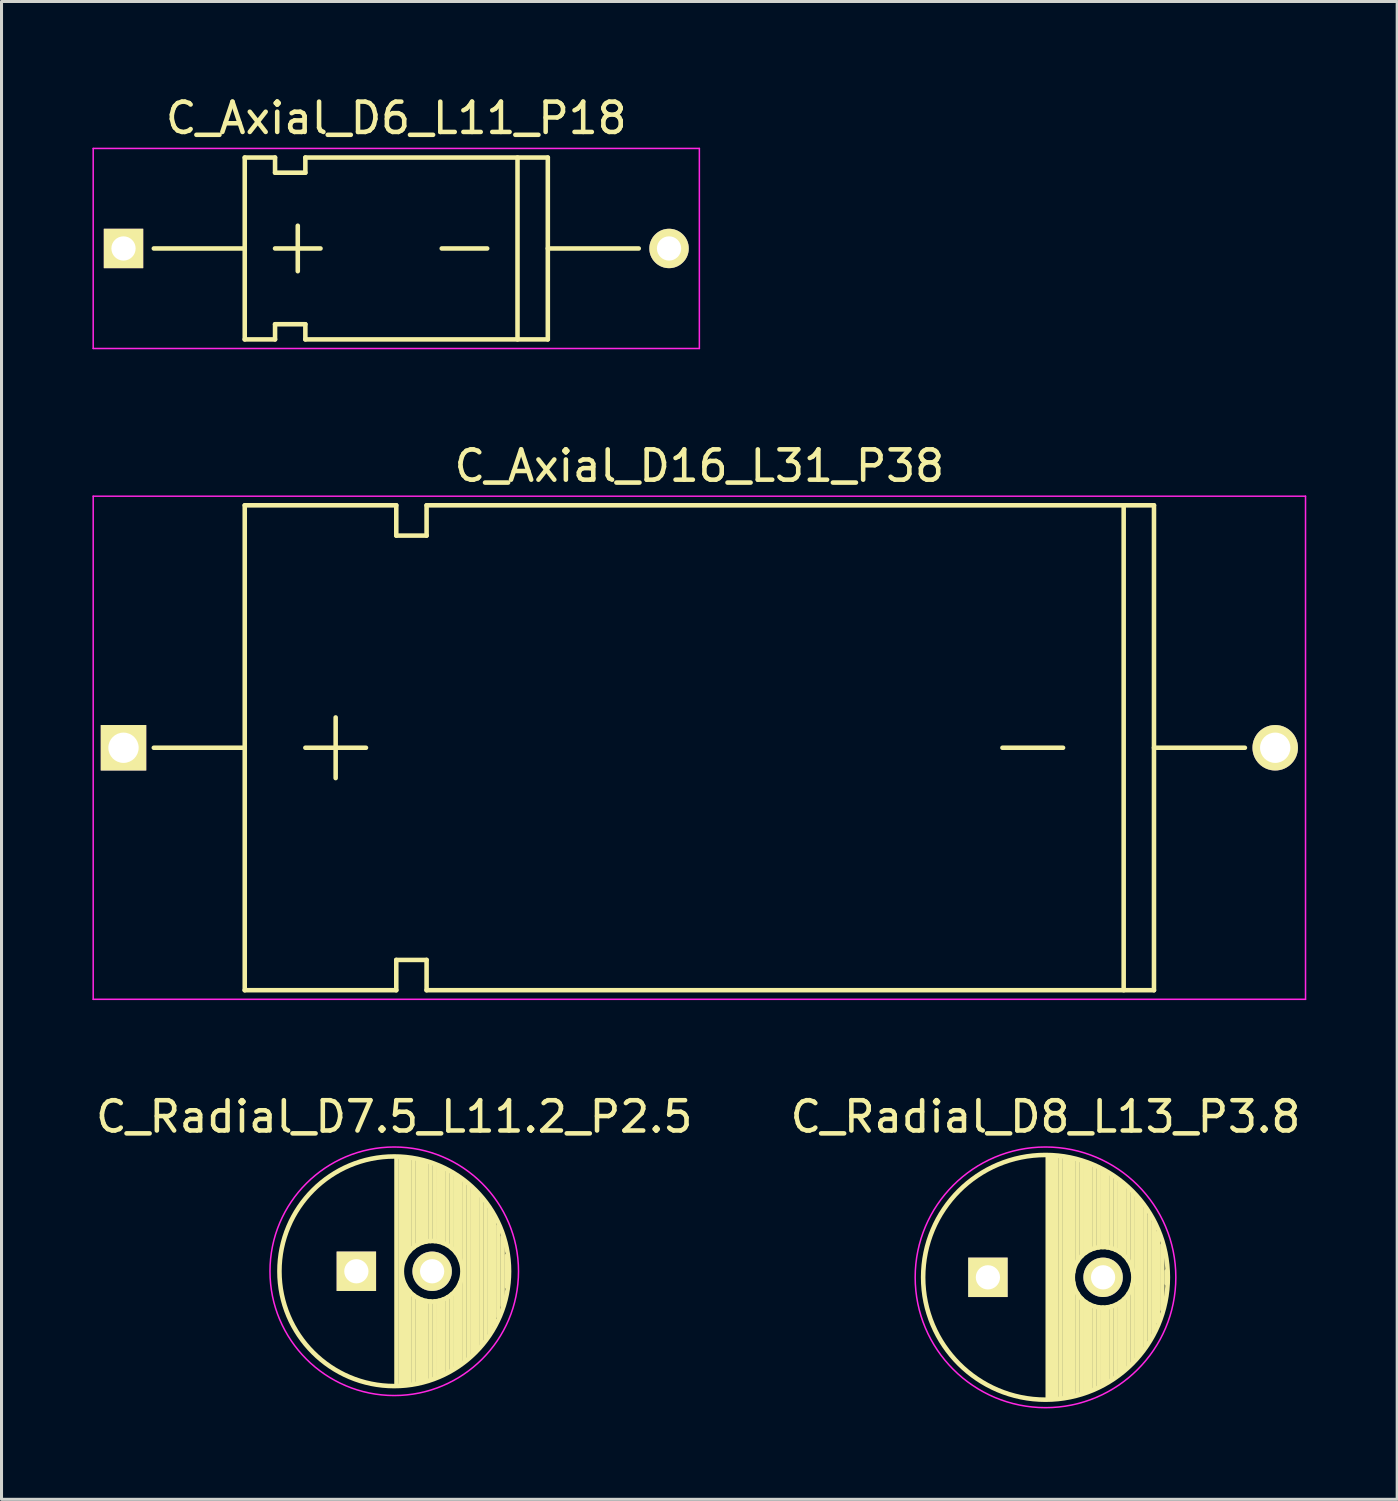
<source format=kicad_pcb>
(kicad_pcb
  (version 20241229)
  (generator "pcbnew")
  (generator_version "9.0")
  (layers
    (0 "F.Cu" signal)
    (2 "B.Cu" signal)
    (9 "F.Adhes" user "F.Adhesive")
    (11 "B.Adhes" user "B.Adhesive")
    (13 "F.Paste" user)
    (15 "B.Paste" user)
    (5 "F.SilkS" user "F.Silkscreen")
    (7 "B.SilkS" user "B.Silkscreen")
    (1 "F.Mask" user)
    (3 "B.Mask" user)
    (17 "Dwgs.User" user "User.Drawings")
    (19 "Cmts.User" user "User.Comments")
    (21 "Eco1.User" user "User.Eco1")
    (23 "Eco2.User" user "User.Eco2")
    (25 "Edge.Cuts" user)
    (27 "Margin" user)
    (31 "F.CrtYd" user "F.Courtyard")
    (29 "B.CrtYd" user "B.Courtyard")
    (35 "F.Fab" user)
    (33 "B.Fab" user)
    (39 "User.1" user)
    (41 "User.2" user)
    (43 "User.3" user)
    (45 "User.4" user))
  (footprint "C_Axial_D16_L31_P38"
    (layer "F.Cu")
    (at 1.025 21.622)
    (property "Reference" "C_Axial_D16_L31_P38" (at 19 -9.3 0) (layer "F.SilkS") (effects (font (size 1 1) (thickness 0.15))))
    (attr through_hole)
    (fp_line (start 4 0) (end 1 0) (stroke (width 0.15) (type solid)) (layer "F.SilkS"))
    (fp_line (start 4 8) (end 4 -8) (stroke (width 0.15) (type solid)) (layer "F.SilkS"))
    (fp_line (start 6 0) (end 8 0) (stroke (width 0.15) (type solid)) (layer "F.SilkS"))
    (fp_line (start 7 1) (end 7 -1) (stroke (width 0.15) (type solid)) (layer "F.SilkS"))
    (fp_line (start 9 -8) (end 4 -8) (stroke (width 0.15) (type solid)) (layer "F.SilkS"))
    (fp_line (start 9 -8) (end 9 -7) (stroke (width 0.15) (type solid)) (layer "F.SilkS"))
    (fp_line (start 9 -7) (end 10 -7) (stroke (width 0.15) (type solid)) (layer "F.SilkS"))
    (fp_line (start 9 7) (end 9 8) (stroke (width 0.15) (type solid)) (layer "F.SilkS"))
    (fp_line (start 9 8) (end 4 8) (stroke (width 0.15) (type solid)) (layer "F.SilkS"))
    (fp_line (start 10 -7) (end 10 -8) (stroke (width 0.15) (type solid)) (layer "F.SilkS"))
    (fp_line (start 10 7) (end 9 7) (stroke (width 0.15) (type solid)) (layer "F.SilkS"))
    (fp_line (start 10 8) (end 10 7) (stroke (width 0.15) (type solid)) (layer "F.SilkS"))
    (fp_line (start 10 8) (end 34 8) (stroke (width 0.15) (type solid)) (layer "F.SilkS"))
    (fp_line (start 29 0) (end 31 0) (stroke (width 0.15) (type solid)) (layer "F.SilkS"))
    (fp_line (start 33 -8) (end 33 8) (stroke (width 0.15) (type solid)) (layer "F.SilkS"))
    (fp_line (start 34 -8) (end 10 -8) (stroke (width 0.15) (type solid)) (layer "F.SilkS"))
    (fp_line (start 34 8) (end 34 -8) (stroke (width 0.15) (type solid)) (layer "F.SilkS"))
    (fp_line (start 37 0) (end 34 0) (stroke (width 0.15) (type solid)) (layer "F.SilkS"))
    (fp_line (start -1 -8.3) (end 39 -8.3) (stroke (width 0.05) (type solid)) (layer "F.CrtYd"))
    (fp_line (start -1 8.3) (end -1 -8.3) (stroke (width 0.05) (type solid)) (layer "F.CrtYd"))
    (fp_line (start 39 -8.3) (end 39 8.3) (stroke (width 0.05) (type solid)) (layer "F.CrtYd"))
    (fp_line (start 39 8.3) (end -1 8.3) (stroke (width 0.05) (type solid)) (layer "F.CrtYd"))
    (pad "1" thru_hole rect (at 0 0) (size 1.5 1.5) (drill 1) (layers "*.Cu" "*.Mask" "F.SilkS"))
    (pad "2" thru_hole circle (at 38 0) (size 1.5 1.5) (drill 1) (layers "*.Cu" "*.Mask" "F.SilkS")))
  (footprint "C_Axial_D6_L11_P18"
    (layer "F.Cu")
    (at 1.025 5.148)
    (property "Reference" "C_Axial_D6_L11_P18" (at 9 -4.3 0) (layer "F.SilkS") (effects (font (size 1 1) (thickness 0.15))))
    (attr through_hole)
    (fp_line (start 4 0) (end 1 0) (stroke (width 0.15) (type solid)) (layer "F.SilkS"))
    (fp_line (start 4 3) (end 4 -3) (stroke (width 0.15) (type solid)) (layer "F.SilkS"))
    (fp_line (start 5 -3) (end 4 -3) (stroke (width 0.15) (type solid)) (layer "F.SilkS"))
    (fp_line (start 5 -3) (end 5 -2.5) (stroke (width 0.15) (type solid)) (layer "F.SilkS"))
    (fp_line (start 5 -2.5) (end 6 -2.5) (stroke (width 0.15) (type solid)) (layer "F.SilkS"))
    (fp_line (start 5 0) (end 6.5 0) (stroke (width 0.15) (type solid)) (layer "F.SilkS"))
    (fp_line (start 5 2.5) (end 5 3) (stroke (width 0.15) (type solid)) (layer "F.SilkS"))
    (fp_line (start 5 3) (end 4 3) (stroke (width 0.15) (type solid)) (layer "F.SilkS"))
    (fp_line (start 5.75 0.75) (end 5.75 -0.75) (stroke (width 0.15) (type solid)) (layer "F.SilkS"))
    (fp_line (start 6 -2.5) (end 6 -3) (stroke (width 0.15) (type solid)) (layer "F.SilkS"))
    (fp_line (start 6 2.5) (end 5 2.5) (stroke (width 0.15) (type solid)) (layer "F.SilkS"))
    (fp_line (start 6 3) (end 6 2.5) (stroke (width 0.15) (type solid)) (layer "F.SilkS"))
    (fp_line (start 6 3) (end 14 3) (stroke (width 0.15) (type solid)) (layer "F.SilkS"))
    (fp_line (start 10.5 0) (end 12 0) (stroke (width 0.15) (type solid)) (layer "F.SilkS"))
    (fp_line (start 13 -3) (end 13 3) (stroke (width 0.15) (type solid)) (layer "F.SilkS"))
    (fp_line (start 14 -3) (end 6 -3) (stroke (width 0.15) (type solid)) (layer "F.SilkS"))
    (fp_line (start 14 3) (end 14 -3) (stroke (width 0.15) (type solid)) (layer "F.SilkS"))
    (fp_line (start 17 0) (end 14 0) (stroke (width 0.15) (type solid)) (layer "F.SilkS"))
    (fp_line (start -1 -3.3) (end 19 -3.3) (stroke (width 0.05) (type solid)) (layer "F.CrtYd"))
    (fp_line (start -1 3.3) (end -1 -3.3) (stroke (width 0.05) (type solid)) (layer "F.CrtYd"))
    (fp_line (start 19 -3.3) (end 19 3.3) (stroke (width 0.05) (type solid)) (layer "F.CrtYd"))
    (fp_line (start 19 3.3) (end -1 3.3) (stroke (width 0.05) (type solid)) (layer "F.CrtYd"))
    (pad "1" thru_hole rect (at 0 0) (size 1.3 1.3) (drill 0.8) (layers "*.Cu" "*.Mask" "F.SilkS"))
    (pad "2" thru_hole circle (at 18 0) (size 1.3 1.3) (drill 0.8) (layers "*.Cu" "*.Mask" "F.SilkS")))
  (footprint "C_Radial_D8_L13_P3.8"
    (layer "F.Cu")
    (at 29.546 39.095)
    (property "Reference" "C_Radial_D8_L13_P3.8" (at 1.9 -5.3 0) (layer "F.SilkS") (effects (font (size 1 1) (thickness 0.15))))
    (attr through_hole)
    (fp_line (start 1.975 -3.999) (end 1.975 3.999) (stroke (width 0.15) (type solid)) (layer "F.SilkS"))
    (fp_line (start 2.115 -3.994) (end 2.115 3.994) (stroke (width 0.15) (type solid)) (layer "F.SilkS"))
    (fp_line (start 2.255 -3.984) (end 2.255 3.984) (stroke (width 0.15) (type solid)) (layer "F.SilkS"))
    (fp_line (start 2.395 -3.969) (end 2.395 3.969) (stroke (width 0.15) (type solid)) (layer "F.SilkS"))
    (fp_line (start 2.535 -3.949) (end 2.535 3.949) (stroke (width 0.15) (type solid)) (layer "F.SilkS"))
    (fp_line (start 2.675 -3.924) (end 2.675 3.924) (stroke (width 0.15) (type solid)) (layer "F.SilkS"))
    (fp_line (start 2.815 -3.894) (end 2.815 -0.173) (stroke (width 0.15) (type solid)) (layer "F.SilkS"))
    (fp_line (start 2.815 0.173) (end 2.815 3.894) (stroke (width 0.15) (type solid)) (layer "F.SilkS"))
    (fp_line (start 2.955 -3.858) (end 2.955 -0.535) (stroke (width 0.15) (type solid)) (layer "F.SilkS"))
    (fp_line (start 2.955 0.535) (end 2.955 3.858) (stroke (width 0.15) (type solid)) (layer "F.SilkS"))
    (fp_line (start 3.095 -3.817) (end 3.095 -0.709) (stroke (width 0.15) (type solid)) (layer "F.SilkS"))
    (fp_line (start 3.095 0.709) (end 3.095 3.817) (stroke (width 0.15) (type solid)) (layer "F.SilkS"))
    (fp_line (start 3.235 -3.771) (end 3.235 -0.825) (stroke (width 0.15) (type solid)) (layer "F.SilkS"))
    (fp_line (start 3.235 0.825) (end 3.235 3.771) (stroke (width 0.15) (type solid)) (layer "F.SilkS"))
    (fp_line (start 3.375 -3.718) (end 3.375 -0.905) (stroke (width 0.15) (type solid)) (layer "F.SilkS"))
    (fp_line (start 3.375 0.905) (end 3.375 3.718) (stroke (width 0.15) (type solid)) (layer "F.SilkS"))
    (fp_line (start 3.515 -3.659) (end 3.515 -0.959) (stroke (width 0.15) (type solid)) (layer "F.SilkS"))
    (fp_line (start 3.515 0.959) (end 3.515 3.659) (stroke (width 0.15) (type solid)) (layer "F.SilkS"))
    (fp_line (start 3.655 -3.594) (end 3.655 -0.989) (stroke (width 0.15) (type solid)) (layer "F.SilkS"))
    (fp_line (start 3.655 0.989) (end 3.655 3.594) (stroke (width 0.15) (type solid)) (layer "F.SilkS"))
    (fp_line (start 3.795 -3.523) (end 3.795 -1) (stroke (width 0.15) (type solid)) (layer "F.SilkS"))
    (fp_line (start 3.795 1) (end 3.795 3.523) (stroke (width 0.15) (type solid)) (layer "F.SilkS"))
    (fp_line (start 3.935 -3.444) (end 3.935 -0.991) (stroke (width 0.15) (type solid)) (layer "F.SilkS"))
    (fp_line (start 3.935 0.991) (end 3.935 3.444) (stroke (width 0.15) (type solid)) (layer "F.SilkS"))
    (fp_line (start 4.075 -3.357) (end 4.075 -0.961) (stroke (width 0.15) (type solid)) (layer "F.SilkS"))
    (fp_line (start 4.075 0.961) (end 4.075 3.357) (stroke (width 0.15) (type solid)) (layer "F.SilkS"))
    (fp_line (start 4.215 -3.262) (end 4.215 -0.91) (stroke (width 0.15) (type solid)) (layer "F.SilkS"))
    (fp_line (start 4.215 0.91) (end 4.215 3.262) (stroke (width 0.15) (type solid)) (layer "F.SilkS"))
    (fp_line (start 4.355 -3.158) (end 4.355 -0.832) (stroke (width 0.15) (type solid)) (layer "F.SilkS"))
    (fp_line (start 4.355 0.832) (end 4.355 3.158) (stroke (width 0.15) (type solid)) (layer "F.SilkS"))
    (fp_line (start 4.495 -3.044) (end 4.495 -0.719) (stroke (width 0.15) (type solid)) (layer "F.SilkS"))
    (fp_line (start 4.495 0.719) (end 4.495 3.044) (stroke (width 0.15) (type solid)) (layer "F.SilkS"))
    (fp_line (start 4.635 -2.919) (end 4.635 -0.55) (stroke (width 0.15) (type solid)) (layer "F.SilkS"))
    (fp_line (start 4.635 0.55) (end 4.635 2.919) (stroke (width 0.15) (type solid)) (layer "F.SilkS"))
    (fp_line (start 4.775 -2.781) (end 4.775 -0.222) (stroke (width 0.15) (type solid)) (layer "F.SilkS"))
    (fp_line (start 4.775 0.222) (end 4.775 2.781) (stroke (width 0.15) (type solid)) (layer "F.SilkS"))
    (fp_line (start 4.915 -2.629) (end 4.915 2.629) (stroke (width 0.15) (type solid)) (layer "F.SilkS"))
    (fp_line (start 5.055 -2.459) (end 5.055 2.459) (stroke (width 0.15) (type solid)) (layer "F.SilkS"))
    (fp_line (start 5.195 -2.268) (end 5.195 2.268) (stroke (width 0.15) (type solid)) (layer "F.SilkS"))
    (fp_line (start 5.335 -2.05) (end 5.335 2.05) (stroke (width 0.15) (type solid)) (layer "F.SilkS"))
    (fp_line (start 5.475 -1.794) (end 5.475 1.794) (stroke (width 0.15) (type solid)) (layer "F.SilkS"))
    (fp_line (start 5.615 -1.483) (end 5.615 1.483) (stroke (width 0.15) (type solid)) (layer "F.SilkS"))
    (fp_line (start 5.755 -1.067) (end 5.755 1.067) (stroke (width 0.15) (type solid)) (layer "F.SilkS"))
    (fp_line (start 5.895 -0.2) (end 5.895 0.2) (stroke (width 0.15) (type solid)) (layer "F.SilkS"))
    (fp_circle (center 1.9 0) (end 1.9 -4.037) (stroke (width 0.15) (type solid)) (fill no) (layer "F.SilkS"))
    (fp_circle (center 3.8 0) (end 3.8 -1) (stroke (width 0.15) (type solid)) (fill no) (layer "F.SilkS"))
    (fp_circle (center 1.9 0) (end 1.9 -4.3) (stroke (width 0.05) (type solid)) (fill no) (layer "F.CrtYd"))
    (pad "1" thru_hole rect (at 0 0) (size 1.3 1.3) (drill 0.8) (layers "*.Cu" "*.Mask" "F.SilkS"))
    (pad "2" thru_hole circle (at 3.8 0) (size 1.3 1.3) (drill 0.8) (layers "*.Cu" "*.Mask" "F.SilkS")))
  (footprint "C_Radial_D7.5_L11.2_P2.5"
    (layer "F.Cu")
    (at 8.708 38.895)
    (property "Reference" "C_Radial_D7.5_L11.2_P2.5" (at 1.25 -5.1 0) (layer "F.SilkS") (effects (font (size 1 1) (thickness 0.15))))
    (attr through_hole)
    (fp_line (start 1.325 -3.749) (end 1.325 3.749) (stroke (width 0.15) (type solid)) (layer "F.SilkS"))
    (fp_line (start 1.465 -3.744) (end 1.465 3.744) (stroke (width 0.15) (type solid)) (layer "F.SilkS"))
    (fp_line (start 1.605 -3.733) (end 1.605 -0.446) (stroke (width 0.15) (type solid)) (layer "F.SilkS"))
    (fp_line (start 1.605 0.446) (end 1.605 3.733) (stroke (width 0.15) (type solid)) (layer "F.SilkS"))
    (fp_line (start 1.745 -3.717) (end 1.745 -0.656) (stroke (width 0.15) (type solid)) (layer "F.SilkS"))
    (fp_line (start 1.745 0.656) (end 1.745 3.717) (stroke (width 0.15) (type solid)) (layer "F.SilkS"))
    (fp_line (start 1.885 -3.696) (end 1.885 -0.789) (stroke (width 0.15) (type solid)) (layer "F.SilkS"))
    (fp_line (start 1.885 0.789) (end 1.885 3.696) (stroke (width 0.15) (type solid)) (layer "F.SilkS"))
    (fp_line (start 2.025 -3.669) (end 2.025 -0.88) (stroke (width 0.15) (type solid)) (layer "F.SilkS"))
    (fp_line (start 2.025 0.88) (end 2.025 3.669) (stroke (width 0.15) (type solid)) (layer "F.SilkS"))
    (fp_line (start 2.165 -3.637) (end 2.165 -0.942) (stroke (width 0.15) (type solid)) (layer "F.SilkS"))
    (fp_line (start 2.165 0.942) (end 2.165 3.637) (stroke (width 0.15) (type solid)) (layer "F.SilkS"))
    (fp_line (start 2.305 -3.599) (end 2.305 -0.981) (stroke (width 0.15) (type solid)) (layer "F.SilkS"))
    (fp_line (start 2.305 0.981) (end 2.305 3.599) (stroke (width 0.15) (type solid)) (layer "F.SilkS"))
    (fp_line (start 2.445 -3.555) (end 2.445 -0.998) (stroke (width 0.15) (type solid)) (layer "F.SilkS"))
    (fp_line (start 2.445 0.998) (end 2.445 3.555) (stroke (width 0.15) (type solid)) (layer "F.SilkS"))
    (fp_line (start 2.585 -3.504) (end 2.585 -0.996) (stroke (width 0.15) (type solid)) (layer "F.SilkS"))
    (fp_line (start 2.585 0.996) (end 2.585 3.504) (stroke (width 0.15) (type solid)) (layer "F.SilkS"))
    (fp_line (start 2.725 -3.448) (end 2.725 -0.974) (stroke (width 0.15) (type solid)) (layer "F.SilkS"))
    (fp_line (start 2.725 0.974) (end 2.725 3.448) (stroke (width 0.15) (type solid)) (layer "F.SilkS"))
    (fp_line (start 2.865 -3.384) (end 2.865 -0.931) (stroke (width 0.15) (type solid)) (layer "F.SilkS"))
    (fp_line (start 2.865 0.931) (end 2.865 3.384) (stroke (width 0.15) (type solid)) (layer "F.SilkS"))
    (fp_line (start 3.005 -3.314) (end 3.005 -0.863) (stroke (width 0.15) (type solid)) (layer "F.SilkS"))
    (fp_line (start 3.005 0.863) (end 3.005 3.314) (stroke (width 0.15) (type solid)) (layer "F.SilkS"))
    (fp_line (start 3.145 -3.236) (end 3.145 -0.764) (stroke (width 0.15) (type solid)) (layer "F.SilkS"))
    (fp_line (start 3.145 0.764) (end 3.145 3.236) (stroke (width 0.15) (type solid)) (layer "F.SilkS"))
    (fp_line (start 3.285 -3.15) (end 3.285 -0.619) (stroke (width 0.15) (type solid)) (layer "F.SilkS"))
    (fp_line (start 3.285 0.619) (end 3.285 3.15) (stroke (width 0.15) (type solid)) (layer "F.SilkS"))
    (fp_line (start 3.425 -3.055) (end 3.425 -0.38) (stroke (width 0.15) (type solid)) (layer "F.SilkS"))
    (fp_line (start 3.425 0.38) (end 3.425 3.055) (stroke (width 0.15) (type solid)) (layer "F.SilkS"))
    (fp_line (start 3.565 -2.95) (end 3.565 2.95) (stroke (width 0.15) (type solid)) (layer "F.SilkS"))
    (fp_line (start 3.705 -2.835) (end 3.705 2.835) (stroke (width 0.15) (type solid)) (layer "F.SilkS"))
    (fp_line (start 3.845 -2.707) (end 3.845 2.707) (stroke (width 0.15) (type solid)) (layer "F.SilkS"))
    (fp_line (start 3.985 -2.566) (end 3.985 2.566) (stroke (width 0.15) (type solid)) (layer "F.SilkS"))
    (fp_line (start 4.125 -2.408) (end 4.125 2.408) (stroke (width 0.15) (type solid)) (layer "F.SilkS"))
    (fp_line (start 4.265 -2.23) (end 4.265 2.23) (stroke (width 0.15) (type solid)) (layer "F.SilkS"))
    (fp_line (start 4.405 -2.027) (end 4.405 2.027) (stroke (width 0.15) (type solid)) (layer "F.SilkS"))
    (fp_line (start 4.545 -1.79) (end 4.545 1.79) (stroke (width 0.15) (type solid)) (layer "F.SilkS"))
    (fp_line (start 4.685 -1.504) (end 4.685 1.504) (stroke (width 0.15) (type solid)) (layer "F.SilkS"))
    (fp_line (start 4.825 -1.132) (end 4.825 1.132) (stroke (width 0.15) (type solid)) (layer "F.SilkS"))
    (fp_line (start 4.965 -0.511) (end 4.965 0.511) (stroke (width 0.15) (type solid)) (layer "F.SilkS"))
    (fp_circle (center 1.25 0) (end 1.25 -3.788) (stroke (width 0.15) (type solid)) (fill no) (layer "F.SilkS"))
    (fp_circle (center 2.5 0) (end 2.5 -1) (stroke (width 0.15) (type solid)) (fill no) (layer "F.SilkS"))
    (fp_circle (center 1.25 0) (end 1.25 -4.1) (stroke (width 0.05) (type solid)) (fill no) (layer "F.CrtYd"))
    (pad "1" thru_hole rect (at 0 0) (size 1.3 1.3) (drill 0.8) (layers "*.Cu" "*.Mask" "F.SilkS"))
    (pad "2" thru_hole circle (at 2.5 0) (size 1.3 1.3) (drill 0.8) (layers "*.Cu" "*.Mask" "F.SilkS")))
  (gr_rect
    (start -3 -3)
    (end 43.05 46.42)
    (stroke (width 0.1) (type default))
    (fill no)
    (layer "Edge.Cuts")))
</source>
